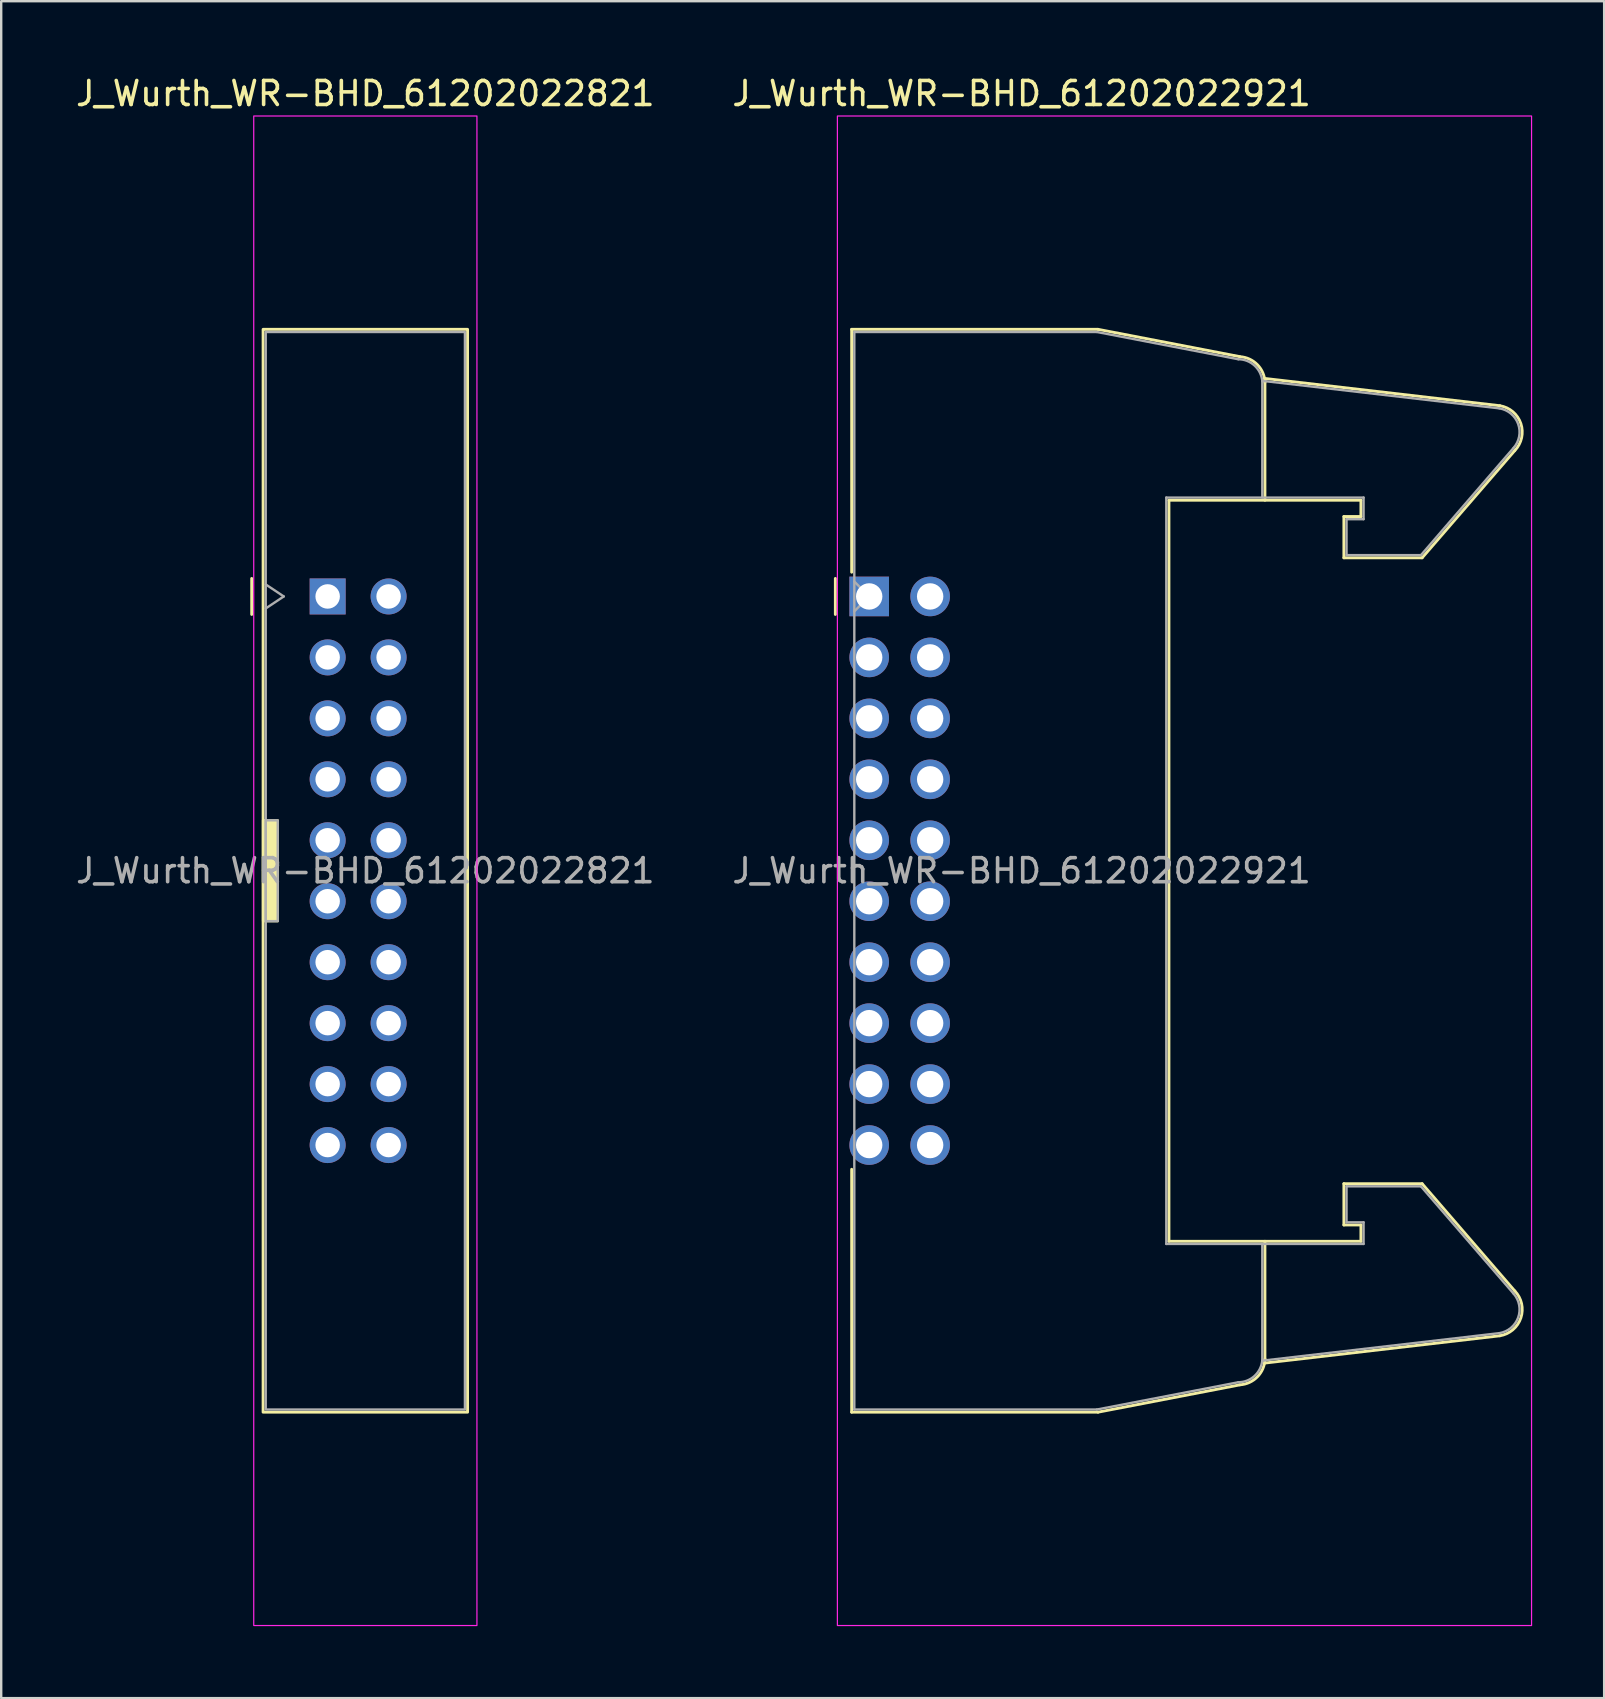
<source format=kicad_pcb>
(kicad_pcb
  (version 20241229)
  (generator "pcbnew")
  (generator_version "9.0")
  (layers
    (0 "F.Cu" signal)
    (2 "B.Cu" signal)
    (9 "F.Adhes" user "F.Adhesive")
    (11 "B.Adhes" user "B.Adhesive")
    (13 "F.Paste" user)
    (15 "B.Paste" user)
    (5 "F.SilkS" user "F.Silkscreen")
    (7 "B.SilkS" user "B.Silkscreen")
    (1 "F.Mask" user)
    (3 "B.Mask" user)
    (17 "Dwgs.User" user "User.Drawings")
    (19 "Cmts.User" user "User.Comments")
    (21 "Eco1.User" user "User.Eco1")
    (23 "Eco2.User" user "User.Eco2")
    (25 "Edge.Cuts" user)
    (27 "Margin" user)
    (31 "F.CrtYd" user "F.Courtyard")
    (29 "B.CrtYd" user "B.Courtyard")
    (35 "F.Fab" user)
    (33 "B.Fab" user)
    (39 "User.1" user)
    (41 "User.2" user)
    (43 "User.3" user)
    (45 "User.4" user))
  (footprint "J_Wurth_WR-BHD_61202022921"
    (layer "F.Cu")
    (at 33.168 21.803)
    (property "Reference" "J_Wurth_WR-BHD_61202022921" (at 6.35 -20.955 0) (unlocked yes) (layer "F.SilkS") (effects (font (size 1 1) (thickness 0.15))))
    (attr through_hole)
    (fp_line (start -1.41 -0.75) (end -1.41 0.75) (stroke (width 0.12) (type solid)) (layer "F.SilkS"))
    (fp_line (start -0.73 -11.13) (end -0.73 -1.01) (stroke (width 0.12) (type solid)) (layer "F.SilkS"))
    (fp_line (start -0.73 -11.13) (end 9.534 -11.13) (stroke (width 0.12) (type solid)) (layer "F.SilkS"))
    (fp_line (start -0.73 33.99) (end -0.73 23.87) (stroke (width 0.12) (type solid)) (layer "F.SilkS"))
    (fp_line (start -0.73 33.99) (end 9.534 33.99) (stroke (width 0.12) (type solid)) (layer "F.SilkS"))
    (fp_line (start 9.534 -11.13) (end 15.443 -9.992) (stroke (width 0.12) (type solid)) (layer "F.SilkS"))
    (fp_line (start 9.534 33.99) (end 15.443 32.852) (stroke (width 0.12) (type solid)) (layer "F.SilkS"))
    (fp_line (start 12.49 26.87) (end 12.49 -4.01) (stroke (width 0.12) (type solid)) (layer "F.SilkS"))
    (fp_line (start 16.49 -8.975) (end 16.49 -4.01) (stroke (width 0.12) (type solid)) (layer "F.SilkS"))
    (fp_line (start 16.49 31.835) (end 16.49 26.87) (stroke (width 0.12) (type solid)) (layer "F.SilkS"))
    (fp_line (start 19.78 -3.33) (end 19.78 -1.61) (stroke (width 0.12) (type solid)) (layer "F.SilkS"))
    (fp_line (start 19.78 -1.61) (end 23.04 -1.61) (stroke (width 0.12) (type solid)) (layer "F.SilkS"))
    (fp_line (start 19.78 24.47) (end 23.04 24.47) (stroke (width 0.12) (type solid)) (layer "F.SilkS"))
    (fp_line (start 19.78 26.19) (end 19.78 24.47) (stroke (width 0.12) (type solid)) (layer "F.SilkS"))
    (fp_line (start 20.49 -4.01) (end 12.49 -4.01) (stroke (width 0.12) (type solid)) (layer "F.SilkS"))
    (fp_line (start 20.49 -3.33) (end 19.78 -3.33) (stroke (width 0.12) (type solid)) (layer "F.SilkS"))
    (fp_line (start 20.49 -3.33) (end 20.49 -4.01) (stroke (width 0.12) (type solid)) (layer "F.SilkS"))
    (fp_line (start 20.49 26.19) (end 19.78 26.19) (stroke (width 0.12) (type solid)) (layer "F.SilkS"))
    (fp_line (start 20.49 26.19) (end 20.49 26.87) (stroke (width 0.12) (type solid)) (layer "F.SilkS"))
    (fp_line (start 20.49 26.87) (end 12.49 26.87) (stroke (width 0.12) (type solid)) (layer "F.SilkS"))
    (fp_line (start 23.04 -1.61) (end 26.903 -6.082) (stroke (width 0.12) (type solid)) (layer "F.SilkS"))
    (fp_line (start 23.04 24.47) (end 26.903 28.942) (stroke (width 0.12) (type solid)) (layer "F.SilkS"))
    (fp_line (start 26.279 -7.947) (end 16.472 -9.085) (stroke (width 0.12) (type solid)) (layer "F.SilkS"))
    (fp_line (start 26.279 30.807) (end 16.472 31.945) (stroke (width 0.12) (type solid)) (layer "F.SilkS"))
    (fp_arc (start 15.442979 -9.98974) (mid 16.176162 -9.655638) (end 16.491006 -8.913981) (stroke (width 0.12) (type solid)) (layer "F.SilkS"))
    (fp_arc (start 16.491006 31.773981) (mid 16.176162 32.515638) (end 15.442979 32.84974) (stroke (width 0.12) (type solid)) (layer "F.SilkS"))
    (fp_arc (start 26.278536 -7.946703) (mid 27.153628 -7.202846) (end 26.903 -6.082) (stroke (width 0.12) (type solid)) (layer "F.SilkS"))
    (fp_arc (start 26.903 28.942) (mid 27.153628 30.062846) (end 26.278536 30.806703) (stroke (width 0.12) (type solid)) (layer "F.SilkS"))
    (fp_rect (start -1.325 -20.02) (end 27.6 42.88) (stroke (width 0.05) (type solid)) (fill no) (layer "F.CrtYd"))
    (fp_line (start -0.62 -11.02) (end 9.484 -11.02) (stroke (width 0.1) (type solid)) (layer "F.Fab"))
    (fp_line (start -0.62 33.88) (end -0.62 -11.02) (stroke (width 0.1) (type solid)) (layer "F.Fab"))
    (fp_line (start -0.62 33.88) (end 9.484 33.88) (stroke (width 0.1) (type solid)) (layer "F.Fab"))
    (fp_line (start 0 0) (end -0.62 -0.62) (stroke (width 0.1) (type solid)) (layer "F.Fab"))
    (fp_line (start 0 0) (end -0.62 0.62) (stroke (width 0.1) (type solid)) (layer "F.Fab"))
    (fp_line (start 9.484 -11.02) (end 15.381 -9.884) (stroke (width 0.1) (type solid)) (layer "F.Fab"))
    (fp_line (start 9.484 33.88) (end 15.381 32.744) (stroke (width 0.1) (type solid)) (layer "F.Fab"))
    (fp_line (start 12.38 26.98) (end 12.38 -4.12) (stroke (width 0.1) (type solid)) (layer "F.Fab"))
    (fp_line (start 16.38 -8.975) (end 16.38 -4.12) (stroke (width 0.1) (type solid)) (layer "F.Fab"))
    (fp_line (start 16.38 31.835) (end 16.38 26.98) (stroke (width 0.1) (type solid)) (layer "F.Fab"))
    (fp_line (start 19.89 -3.22) (end 19.89 -1.72) (stroke (width 0.1) (type solid)) (layer "F.Fab"))
    (fp_line (start 19.89 -1.72) (end 22.99 -1.72) (stroke (width 0.1) (type solid)) (layer "F.Fab"))
    (fp_line (start 19.89 24.58) (end 22.99 24.58) (stroke (width 0.1) (type solid)) (layer "F.Fab"))
    (fp_line (start 19.89 26.08) (end 19.89 24.58) (stroke (width 0.1) (type solid)) (layer "F.Fab"))
    (fp_line (start 20.6 -4.12) (end 12.38 -4.12) (stroke (width 0.1) (type solid)) (layer "F.Fab"))
    (fp_line (start 20.6 -3.22) (end 19.89 -3.22) (stroke (width 0.1) (type solid)) (layer "F.Fab"))
    (fp_line (start 20.6 -3.22) (end 20.6 -4.12) (stroke (width 0.1) (type solid)) (layer "F.Fab"))
    (fp_line (start 20.6 26.08) (end 19.89 26.08) (stroke (width 0.1) (type solid)) (layer "F.Fab"))
    (fp_line (start 20.6 26.08) (end 20.6 26.98) (stroke (width 0.1) (type solid)) (layer "F.Fab"))
    (fp_line (start 20.6 26.98) (end 12.38 26.98) (stroke (width 0.1) (type solid)) (layer "F.Fab"))
    (fp_line (start 22.99 -1.72) (end 26.853 -6.192) (stroke (width 0.1) (type solid)) (layer "F.Fab"))
    (fp_line (start 22.99 24.58) (end 26.853 29.052) (stroke (width 0.1) (type solid)) (layer "F.Fab"))
    (fp_line (start 26.252 -7.838) (end 16.38 -8.984) (stroke (width 0.1) (type solid)) (layer "F.Fab"))
    (fp_line (start 26.252 30.698) (end 16.38 31.844) (stroke (width 0.1) (type solid)) (layer "F.Fab"))
    (fp_arc (start 15.380999 -9.884) (mid 16.05791 -9.620576) (end 16.38 -8.969532) (stroke (width 0.1) (type solid)) (layer "F.Fab"))
    (fp_arc (start 16.38 31.829532) (mid 16.05791 32.480576) (end 15.380999 32.744) (stroke (width 0.1) (type solid)) (layer "F.Fab"))
    (fp_arc (start 26.260676 -7.836993) (mid 27.040851 -7.188778) (end 26.852999 -6.192) (stroke (width 0.1) (type solid)) (layer "F.Fab"))
    (fp_arc (start 26.852999 29.052) (mid 27.040851 30.048778) (end 26.260676 30.696993) (stroke (width 0.1) (type solid)) (layer "F.Fab"))
    (fp_text user "${REFERENCE}" (at 6.35 11.43 0) (unlocked yes) (layer "F.Fab") (effects (font (size 1 1) (thickness 0.15))))
    (pad "1" thru_hole rect (at 0 0 90) (size 1.65 1.65) (drill 1.1) (layers "*.Cu" "*.Mask"))
    (pad "2" thru_hole circle (at 2.54 0 90) (size 1.65 1.65) (drill 1.1) (layers "*.Cu" "*.Mask"))
    (pad "3" thru_hole circle (at 0 2.54 90) (size 1.65 1.65) (drill 1.1) (layers "*.Cu" "*.Mask"))
    (pad "4" thru_hole circle (at 2.54 2.54 90) (size 1.65 1.65) (drill 1.1) (layers "*.Cu" "*.Mask"))
    (pad "5" thru_hole circle (at 0 5.08 90) (size 1.65 1.65) (drill 1.1) (layers "*.Cu" "*.Mask"))
    (pad "6" thru_hole circle (at 2.54 5.08 90) (size 1.65 1.65) (drill 1.1) (layers "*.Cu" "*.Mask"))
    (pad "7" thru_hole circle (at 0 7.62 90) (size 1.65 1.65) (drill 1.1) (layers "*.Cu" "*.Mask"))
    (pad "8" thru_hole circle (at 2.54 7.62 90) (size 1.65 1.65) (drill 1.1) (layers "*.Cu" "*.Mask"))
    (pad "9" thru_hole circle (at 0 10.16 90) (size 1.65 1.65) (drill 1.1) (layers "*.Cu" "*.Mask"))
    (pad "10" thru_hole circle (at 2.54 10.16 90) (size 1.65 1.65) (drill 1.1) (layers "*.Cu" "*.Mask"))
    (pad "11" thru_hole circle (at 0 12.7 90) (size 1.65 1.65) (drill 1.1) (layers "*.Cu" "*.Mask"))
    (pad "12" thru_hole circle (at 2.54 12.7 90) (size 1.65 1.65) (drill 1.1) (layers "*.Cu" "*.Mask"))
    (pad "13" thru_hole circle (at 0 15.24 90) (size 1.65 1.65) (drill 1.1) (layers "*.Cu" "*.Mask"))
    (pad "14" thru_hole circle (at 2.54 15.24 90) (size 1.65 1.65) (drill 1.1) (layers "*.Cu" "*.Mask"))
    (pad "15" thru_hole circle (at 0 17.78 90) (size 1.65 1.65) (drill 1.1) (layers "*.Cu" "*.Mask"))
    (pad "16" thru_hole circle (at 2.54 17.78 90) (size 1.65 1.65) (drill 1.1) (layers "*.Cu" "*.Mask"))
    (pad "17" thru_hole circle (at 0 20.32 90) (size 1.65 1.65) (drill 1.1) (layers "*.Cu" "*.Mask"))
    (pad "18" thru_hole circle (at 2.54 20.32 90) (size 1.65 1.65) (drill 1.1) (layers "*.Cu" "*.Mask"))
    (pad "19" thru_hole circle (at 0 22.86 90) (size 1.65 1.65) (drill 1.1) (layers "*.Cu" "*.Mask"))
    (pad "20" thru_hole circle (at 2.54 22.86 90) (size 1.65 1.65) (drill 1.1) (layers "*.Cu" "*.Mask")))
  (footprint "J_Wurth_WR-BHD_61202022821"
    (layer "F.Cu")
    (at 10.603 21.803)
    (property "Reference" "J_Wurth_WR-BHD_61202022821" (at 1.57 -20.955 0) (unlocked yes) (layer "F.SilkS") (effects (font (size 1 1) (thickness 0.15))))
    (attr through_hole)
    (fp_line (start -3.165 -0.75) (end -3.165 0.75) (stroke (width 0.12) (type solid)) (layer "F.SilkS"))
    (fp_rect (start -2.69 -11.13) (end 5.83 33.99) (stroke (width 0.12) (type solid)) (fill no) (layer "F.SilkS"))
    (fp_rect (start -2.69 9.33) (end -2.08 13.53) (stroke (width 0.1) (type solid)) (fill yes) (layer "F.SilkS"))
    (fp_rect (start -3.08 -20.02) (end 6.22 42.88) (stroke (width 0.05) (type solid)) (fill no) (layer "F.CrtYd"))
    (fp_line (start -1.83 0) (end -2.58 -0.5) (stroke (width 0.1) (type solid)) (layer "F.Fab"))
    (fp_line (start -1.83 0) (end -2.58 0.5) (stroke (width 0.1) (type solid)) (layer "F.Fab"))
    (fp_rect (start -2.58 -11.02) (end 5.72 33.88) (stroke (width 0.1) (type solid)) (fill no) (layer "F.Fab"))
    (fp_rect (start -2.58 9.33) (end -2.08 13.53) (stroke (width 0.1) (type solid)) (fill no) (layer "F.Fab"))
    (fp_text user "${REFERENCE}" (at 1.57 11.43 0) (unlocked yes) (layer "F.Fab") (effects (font (size 1 1) (thickness 0.15))))
    (pad "1" thru_hole rect (at 0 0 270) (size 1.5 1.5) (drill 1.02) (layers "*.Cu" "*.Mask"))
    (pad "2" thru_hole circle (at 2.54 0 270) (size 1.5 1.5) (drill 1.02) (layers "*.Cu" "*.Mask"))
    (pad "3" thru_hole circle (at 0 2.54 270) (size 1.5 1.5) (drill 1.02) (layers "*.Cu" "*.Mask"))
    (pad "4" thru_hole circle (at 2.54 2.54 270) (size 1.5 1.5) (drill 1.02) (layers "*.Cu" "*.Mask"))
    (pad "5" thru_hole circle (at 0 5.08 270) (size 1.5 1.5) (drill 1.02) (layers "*.Cu" "*.Mask"))
    (pad "6" thru_hole circle (at 2.54 5.08 270) (size 1.5 1.5) (drill 1.02) (layers "*.Cu" "*.Mask"))
    (pad "7" thru_hole circle (at 0 7.62 270) (size 1.5 1.5) (drill 1.02) (layers "*.Cu" "*.Mask"))
    (pad "8" thru_hole circle (at 2.54 7.62 270) (size 1.5 1.5) (drill 1.02) (layers "*.Cu" "*.Mask"))
    (pad "9" thru_hole circle (at 0 10.16 270) (size 1.5 1.5) (drill 1.02) (layers "*.Cu" "*.Mask"))
    (pad "10" thru_hole circle (at 2.54 10.16 270) (size 1.5 1.5) (drill 1.02) (layers "*.Cu" "*.Mask"))
    (pad "11" thru_hole circle (at 0 12.7 270) (size 1.5 1.5) (drill 1.02) (layers "*.Cu" "*.Mask"))
    (pad "12" thru_hole circle (at 2.54 12.7 270) (size 1.5 1.5) (drill 1.02) (layers "*.Cu" "*.Mask"))
    (pad "13" thru_hole circle (at 0 15.24 270) (size 1.5 1.5) (drill 1.02) (layers "*.Cu" "*.Mask"))
    (pad "14" thru_hole circle (at 2.54 15.24 270) (size 1.5 1.5) (drill 1.02) (layers "*.Cu" "*.Mask"))
    (pad "15" thru_hole circle (at 0 17.78 270) (size 1.5 1.5) (drill 1.02) (layers "*.Cu" "*.Mask"))
    (pad "16" thru_hole circle (at 2.54 17.78 270) (size 1.5 1.5) (drill 1.02) (layers "*.Cu" "*.Mask"))
    (pad "17" thru_hole circle (at 0 20.32 270) (size 1.5 1.5) (drill 1.02) (layers "*.Cu" "*.Mask"))
    (pad "18" thru_hole circle (at 2.54 20.32 270) (size 1.5 1.5) (drill 1.02) (layers "*.Cu" "*.Mask"))
    (pad "19" thru_hole circle (at 0 22.86 270) (size 1.5 1.5) (drill 1.02) (layers "*.Cu" "*.Mask"))
    (pad "20" thru_hole circle (at 2.54 22.86 270) (size 1.5 1.5) (drill 1.02) (layers "*.Cu" "*.Mask")))
  (gr_rect
    (start -3 -3)
    (end 63.793 67.708)
    (stroke (width 0.1) (type default))
    (fill no)
    (layer "Edge.Cuts")))
</source>
